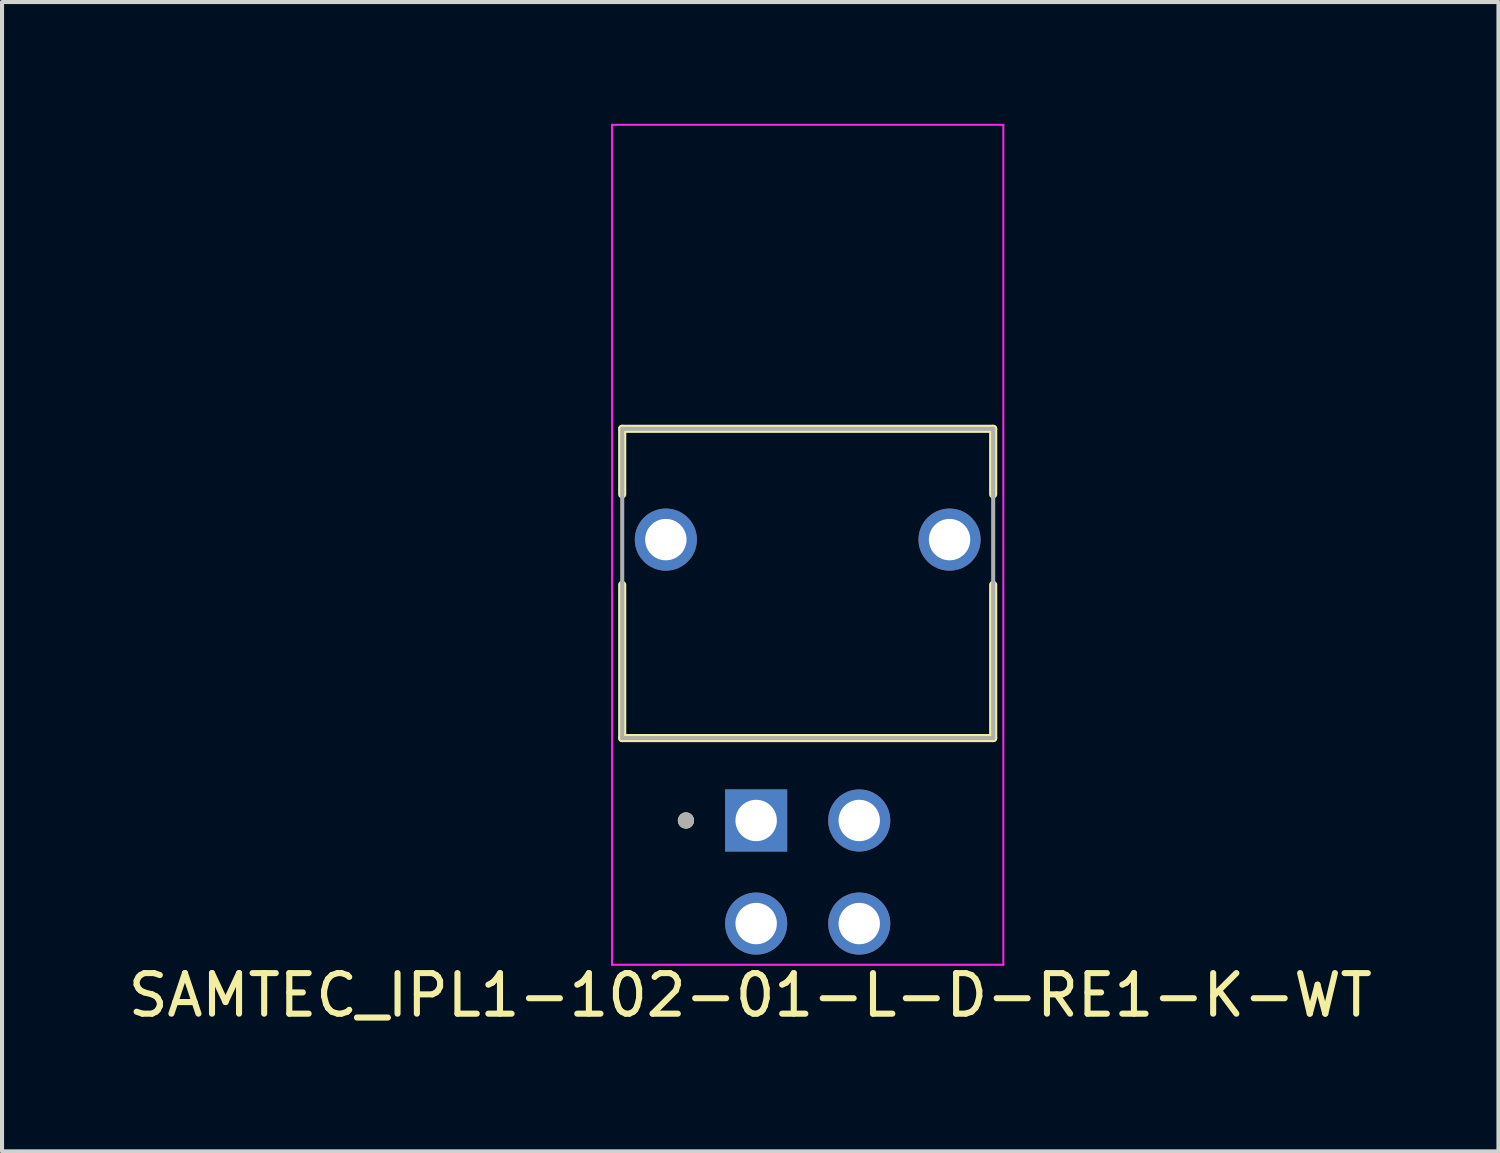
<source format=kicad_pcb>
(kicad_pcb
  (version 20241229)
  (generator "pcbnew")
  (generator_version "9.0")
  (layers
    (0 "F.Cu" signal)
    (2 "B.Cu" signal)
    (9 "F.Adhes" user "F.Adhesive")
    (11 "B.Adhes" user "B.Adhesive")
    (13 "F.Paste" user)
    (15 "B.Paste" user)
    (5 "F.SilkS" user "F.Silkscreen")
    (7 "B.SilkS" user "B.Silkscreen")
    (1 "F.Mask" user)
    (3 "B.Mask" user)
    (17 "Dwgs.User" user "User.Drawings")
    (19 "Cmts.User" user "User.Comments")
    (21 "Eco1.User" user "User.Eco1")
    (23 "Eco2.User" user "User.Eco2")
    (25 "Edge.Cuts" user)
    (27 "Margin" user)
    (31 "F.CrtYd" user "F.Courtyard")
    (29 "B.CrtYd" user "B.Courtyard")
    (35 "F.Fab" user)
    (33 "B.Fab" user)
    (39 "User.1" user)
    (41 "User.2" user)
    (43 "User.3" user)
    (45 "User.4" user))
  (footprint "SAMTEC_IPL1-102-01-L-D-RE1-K-WT"
    (layer "F.Cu")
    (at 16.85 18.435)
    (property "Reference" "SAMTEC_IPL1-102-01-L-D-RE1-K-WT" (at -1.415 3.035 0) (layer "F.SilkS") (effects (font (size 1 1) (thickness 0.15))))
    (attr through_hole)
    (fp_line (start -4.57 -10.92) (end -4.57 -9.305) (stroke (width 0.2) (type solid)) (layer "F.SilkS"))
    (fp_line (start -4.57 -3.3) (end -4.57 -7.075) (stroke (width 0.2) (type solid)) (layer "F.SilkS"))
    (fp_line (start -4.57 -3.3) (end 4.57 -3.3) (stroke (width 0.2) (type solid)) (layer "F.SilkS"))
    (fp_line (start 4.57 -10.92) (end -4.57 -10.92) (stroke (width 0.2) (type solid)) (layer "F.SilkS"))
    (fp_line (start 4.57 -9.305) (end 4.57 -10.92) (stroke (width 0.2) (type solid)) (layer "F.SilkS"))
    (fp_line (start 4.57 -3.3) (end 4.57 -7.075) (stroke (width 0.2) (type solid)) (layer "F.SilkS"))
    (fp_circle (center -3 -1.27) (end -2.9 -1.27) (stroke (width 0.2) (type solid)) (fill no) (layer "F.SilkS"))
    (fp_line (start -4.82 -18.41) (end -4.82 2.285) (stroke (width 0.05) (type solid)) (layer "F.CrtYd"))
    (fp_line (start -4.82 2.285) (end 4.82 2.285) (stroke (width 0.05) (type solid)) (layer "F.CrtYd"))
    (fp_line (start 4.82 -18.41) (end -4.82 -18.41) (stroke (width 0.05) (type solid)) (layer "F.CrtYd"))
    (fp_line (start 4.82 2.285) (end 4.82 -18.41) (stroke (width 0.05) (type solid)) (layer "F.CrtYd"))
    (fp_line (start -4.57 -10.92) (end -4.57 -3.3) (stroke (width 0.1) (type solid)) (layer "F.Fab"))
    (fp_line (start -4.57 -3.3) (end 4.57 -3.3) (stroke (width 0.1) (type solid)) (layer "F.Fab"))
    (fp_line (start 4.57 -10.92) (end -4.57 -10.92) (stroke (width 0.1) (type solid)) (layer "F.Fab"))
    (fp_line (start 4.57 -3.3) (end 4.57 -10.92) (stroke (width 0.1) (type solid)) (layer "F.Fab"))
    (fp_circle (center -3 -1.27) (end -2.9 -1.27) (stroke (width 0.2) (type solid)) (fill no) (layer "F.Fab"))
    (pad "01" thru_hole rect (at -1.27 -1.27) (size 1.53 1.53) (drill 1.02) (layers "*.Cu" "*.Mask"))
    (pad "02" thru_hole circle (at 1.27 -1.27) (size 1.53 1.53) (drill 1.02) (layers "*.Cu" "*.Mask"))
    (pad "03" thru_hole circle (at -1.27 1.27) (size 1.53 1.53) (drill 1.02) (layers "*.Cu" "*.Mask"))
    (pad "04" thru_hole circle (at 1.27 1.27) (size 1.53 1.53) (drill 1.02) (layers "*.Cu" "*.Mask"))
    (pad "S1" thru_hole circle (at -3.495 -8.19) (size 1.53 1.53) (drill 1.02) (layers "*.Cu" "*.Mask"))
    (pad "S2" thru_hole circle (at 3.495 -8.19) (size 1.53 1.53) (drill 1.02) (layers "*.Cu" "*.Mask")))
  (gr_rect
    (start -3 -3)
    (end 33.869 25.318)
    (stroke (width 0.1) (type default))
    (fill no)
    (layer "Edge.Cuts")))
</source>
